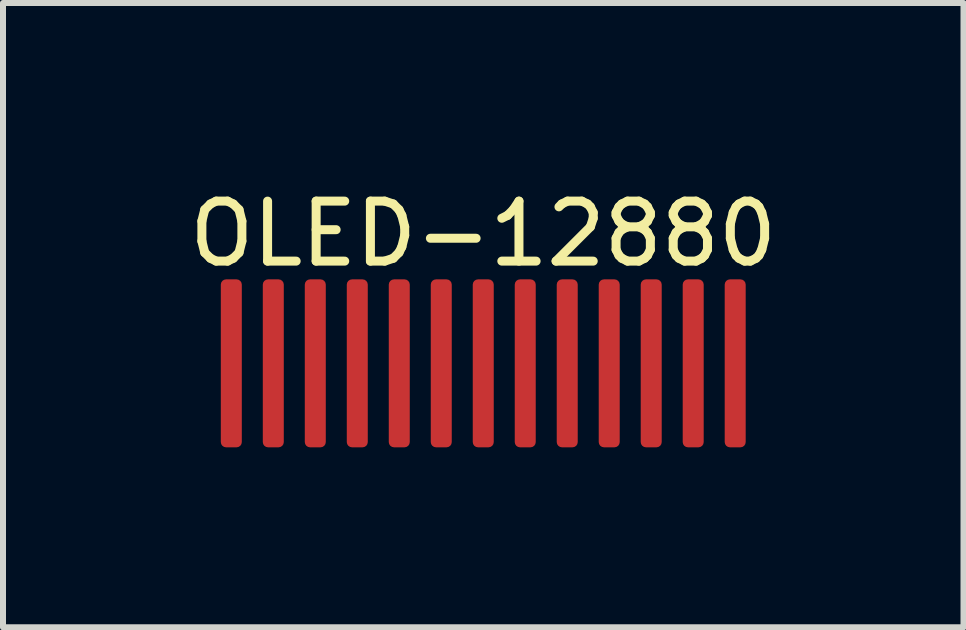
<source format=kicad_pcb>
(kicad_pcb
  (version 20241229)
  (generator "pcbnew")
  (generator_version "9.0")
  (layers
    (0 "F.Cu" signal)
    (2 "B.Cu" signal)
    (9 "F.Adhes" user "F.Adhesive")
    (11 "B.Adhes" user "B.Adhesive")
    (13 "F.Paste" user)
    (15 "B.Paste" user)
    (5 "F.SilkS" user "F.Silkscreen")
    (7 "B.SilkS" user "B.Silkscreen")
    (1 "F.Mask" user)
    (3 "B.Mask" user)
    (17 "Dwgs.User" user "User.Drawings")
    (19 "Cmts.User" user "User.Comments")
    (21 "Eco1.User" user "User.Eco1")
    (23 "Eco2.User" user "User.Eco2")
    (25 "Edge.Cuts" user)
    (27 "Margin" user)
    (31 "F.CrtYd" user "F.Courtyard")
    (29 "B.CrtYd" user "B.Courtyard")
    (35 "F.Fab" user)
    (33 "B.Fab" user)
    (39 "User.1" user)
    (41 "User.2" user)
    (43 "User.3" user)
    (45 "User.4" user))
  (footprint "OLED-12880"
    (layer "F.Cu")
    (at 5.006 3.007)
    (property "Reference" "OLED-12880" (at 0 -2.159 0) (layer "F.SilkS") (effects (font (size 1 1) (thickness 0.15))))
    (attr through_hole)
    (pad "1" smd roundrect (at 4.2 0) (size 0.35 2.8) (layers "F.Cu" "F.Mask" "F.Paste") (roundrect_rratio 0.25))
    (pad "2" smd roundrect (at 3.5 0) (size 0.35 2.8) (layers "F.Cu" "F.Mask" "F.Paste") (roundrect_rratio 0.25))
    (pad "3" smd roundrect (at 2.8 0) (size 0.35 2.8) (layers "F.Cu" "F.Mask" "F.Paste") (roundrect_rratio 0.25))
    (pad "4" smd roundrect (at 2.1 0) (size 0.35 2.8) (layers "F.Cu" "F.Mask" "F.Paste") (roundrect_rratio 0.25))
    (pad "5" smd roundrect (at 1.4 0) (size 0.35 2.8) (layers "F.Cu" "F.Mask" "F.Paste") (roundrect_rratio 0.25))
    (pad "6" smd roundrect (at 0.7 0) (size 0.35 2.8) (layers "F.Cu" "F.Mask" "F.Paste") (roundrect_rratio 0.25))
    (pad "7" smd roundrect (at 0 0) (size 0.35 2.8) (layers "F.Cu" "F.Mask" "F.Paste") (roundrect_rratio 0.25))
    (pad "8" smd roundrect (at -0.7 0) (size 0.35 2.8) (layers "F.Cu" "F.Mask" "F.Paste") (roundrect_rratio 0.25))
    (pad "9" smd roundrect (at -1.4 0) (size 0.35 2.8) (layers "F.Cu" "F.Mask" "F.Paste") (roundrect_rratio 0.25))
    (pad "10" smd roundrect (at -2.1 0) (size 0.35 2.8) (layers "F.Cu" "F.Mask" "F.Paste") (roundrect_rratio 0.25))
    (pad "11" smd roundrect (at -2.8 0) (size 0.35 2.8) (layers "F.Cu" "F.Mask" "F.Paste") (roundrect_rratio 0.25))
    (pad "12" smd roundrect (at -3.5 0) (size 0.35 2.8) (layers "F.Cu" "F.Mask" "F.Paste") (roundrect_rratio 0.25))
    (pad "13" smd roundrect (at -4.2 0) (size 0.35 2.8) (layers "F.Cu" "F.Mask" "F.Paste") (roundrect_rratio 0.25)))
  (gr_rect
    (start -3 -3)
    (end 13.012 7.407)
    (stroke (width 0.1) (type default))
    (fill no)
    (layer "Edge.Cuts")))
</source>
